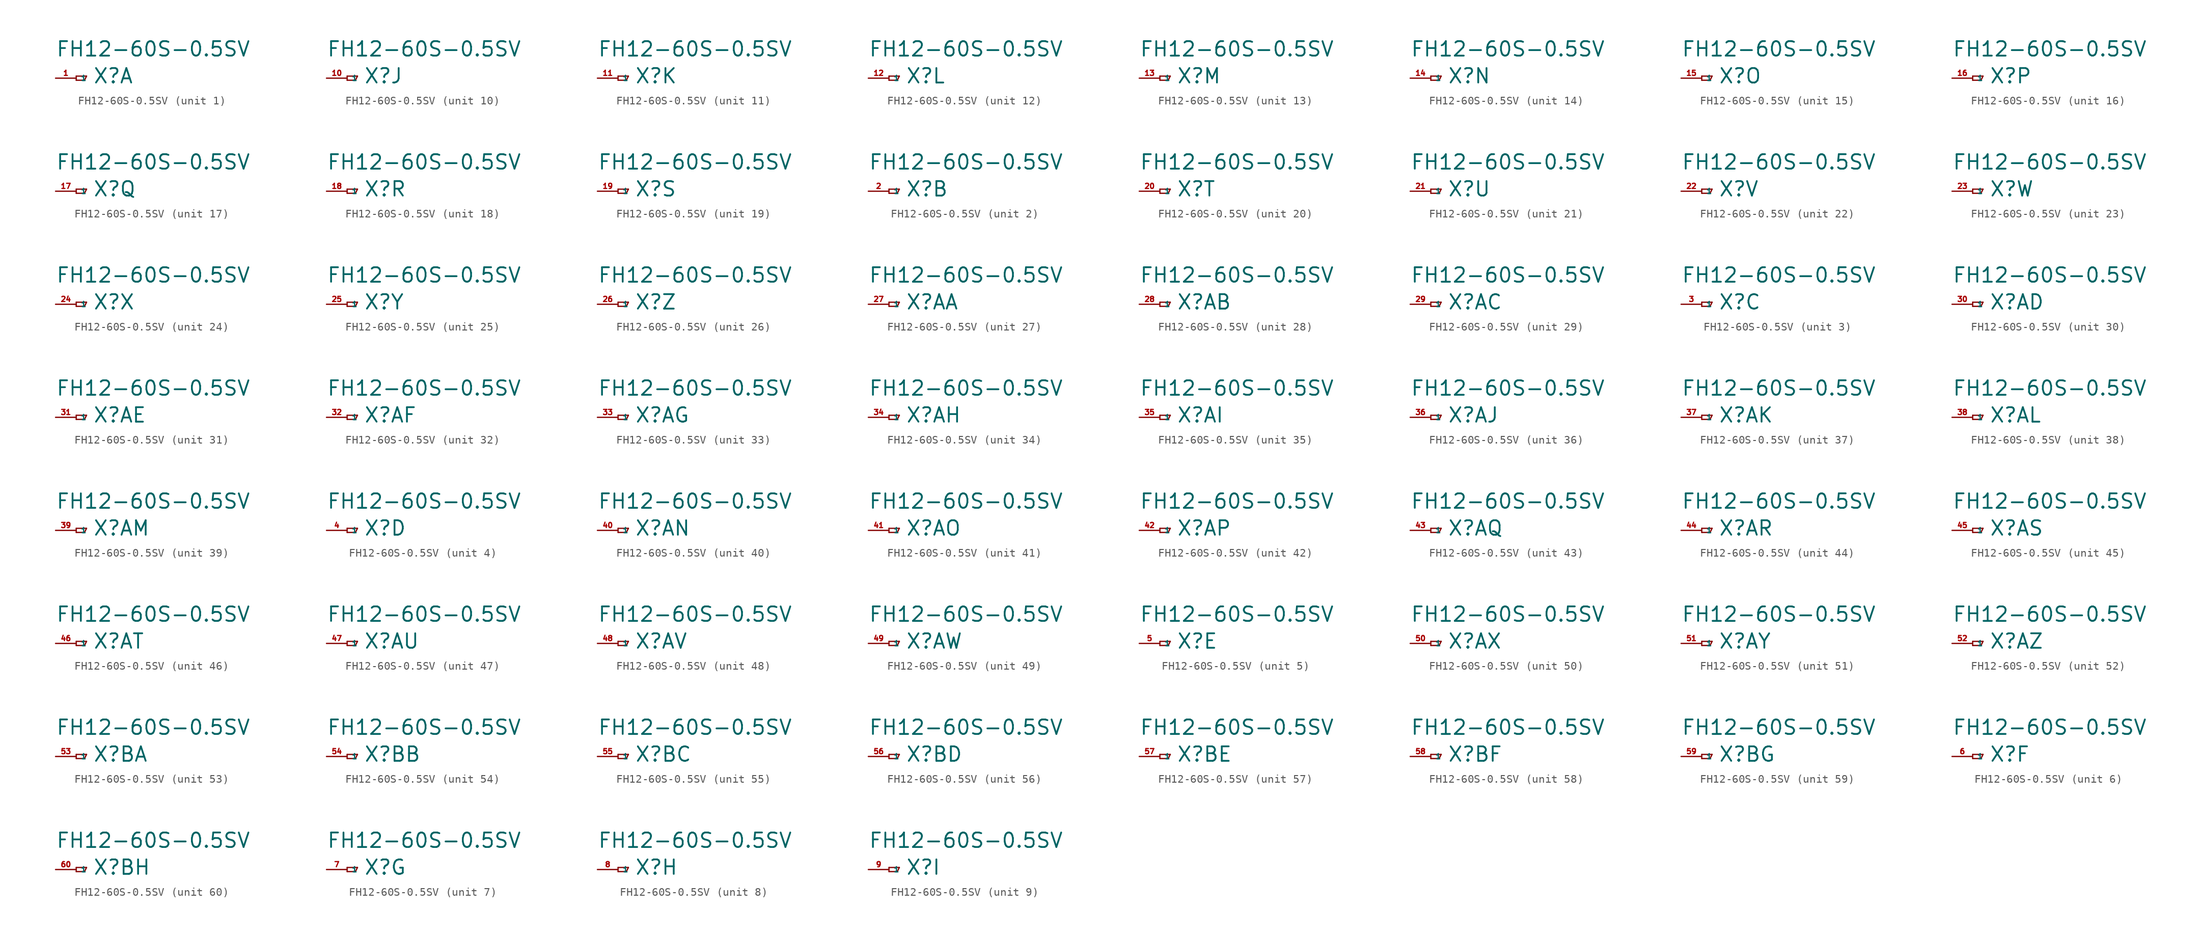
<source format=kicad_sym>
(kicad_symbol_lib
  (version 20220914)
  (generator Eagle2Kicad)
  (symbol "FH12-60S-0.5SV"
    (property "Reference" "X"
      (at 2.032 -0.762 0)
      (effects (font (size 1.778 1.778) (thickness 0.22)) (justify left bottom)))
    (property "Value" "FH12-60S-0.5SV"
      (at -2.54 2.54 0)
      (effects (font (size 1.778 1.778) (thickness 0.22)) (justify left bottom)))
    (symbol "FH12-60S-0.5SV_1_0"
      (polyline (pts (xy 0 0.254) (xy 0 -0.254)) (stroke (width 0.152) (type default)) (fill (type none)))
      (polyline (pts (xy 0 -0.254) (xy 1.016 -0.254)) (stroke (width 0.152) (type default)) (fill (type none)))
      (polyline (pts (xy 1.016 -0.254) (xy 1.27 0.254)) (stroke (width 0.152) (type default)) (fill (type none)))
      (polyline (pts (xy 1.27 0.254) (xy 0 0.254)) (stroke (width 0.152) (type default)) (fill (type none)))
      (pin passive line (at -2.54 0 0) (length 2.54) (name "1" (effects (font (size 0.635 0.635) (thickness 0.08)) (justify left bottom))) (number "1" (effects (font (size 0.635 0.635) (thickness 0.08)) (justify left bottom)))))
    (symbol "FH12-60S-0.5SV_2_0"
      (polyline (pts (xy 0 0.254) (xy 0 -0.254)) (stroke (width 0.152) (type default)) (fill (type none)))
      (polyline (pts (xy 0 -0.254) (xy 1.016 -0.254)) (stroke (width 0.152) (type default)) (fill (type none)))
      (polyline (pts (xy 1.016 -0.254) (xy 1.27 0.254)) (stroke (width 0.152) (type default)) (fill (type none)))
      (polyline (pts (xy 1.27 0.254) (xy 0 0.254)) (stroke (width 0.152) (type default)) (fill (type none)))
      (pin passive line (at -2.54 0 0) (length 2.54) (name "1" (effects (font (size 0.635 0.635) (thickness 0.08)) (justify left bottom))) (number "2" (effects (font (size 0.635 0.635) (thickness 0.08)) (justify left bottom)))))
    (symbol "FH12-60S-0.5SV_3_0"
      (polyline (pts (xy 0 0.254) (xy 0 -0.254)) (stroke (width 0.152) (type default)) (fill (type none)))
      (polyline (pts (xy 0 -0.254) (xy 1.016 -0.254)) (stroke (width 0.152) (type default)) (fill (type none)))
      (polyline (pts (xy 1.016 -0.254) (xy 1.27 0.254)) (stroke (width 0.152) (type default)) (fill (type none)))
      (polyline (pts (xy 1.27 0.254) (xy 0 0.254)) (stroke (width 0.152) (type default)) (fill (type none)))
      (pin passive line (at -2.54 0 0) (length 2.54) (name "1" (effects (font (size 0.635 0.635) (thickness 0.08)) (justify left bottom))) (number "3" (effects (font (size 0.635 0.635) (thickness 0.08)) (justify left bottom)))))
    (symbol "FH12-60S-0.5SV_4_0"
      (polyline (pts (xy 0 0.254) (xy 0 -0.254)) (stroke (width 0.152) (type default)) (fill (type none)))
      (polyline (pts (xy 0 -0.254) (xy 1.016 -0.254)) (stroke (width 0.152) (type default)) (fill (type none)))
      (polyline (pts (xy 1.016 -0.254) (xy 1.27 0.254)) (stroke (width 0.152) (type default)) (fill (type none)))
      (polyline (pts (xy 1.27 0.254) (xy 0 0.254)) (stroke (width 0.152) (type default)) (fill (type none)))
      (pin passive line (at -2.54 0 0) (length 2.54) (name "1" (effects (font (size 0.635 0.635) (thickness 0.08)) (justify left bottom))) (number "4" (effects (font (size 0.635 0.635) (thickness 0.08)) (justify left bottom)))))
    (symbol "FH12-60S-0.5SV_5_0"
      (polyline (pts (xy 0 0.254) (xy 0 -0.254)) (stroke (width 0.152) (type default)) (fill (type none)))
      (polyline (pts (xy 0 -0.254) (xy 1.016 -0.254)) (stroke (width 0.152) (type default)) (fill (type none)))
      (polyline (pts (xy 1.016 -0.254) (xy 1.27 0.254)) (stroke (width 0.152) (type default)) (fill (type none)))
      (polyline (pts (xy 1.27 0.254) (xy 0 0.254)) (stroke (width 0.152) (type default)) (fill (type none)))
      (pin passive line (at -2.54 0 0) (length 2.54) (name "1" (effects (font (size 0.635 0.635) (thickness 0.08)) (justify left bottom))) (number "5" (effects (font (size 0.635 0.635) (thickness 0.08)) (justify left bottom)))))
    (symbol "FH12-60S-0.5SV_6_0"
      (polyline (pts (xy 0 0.254) (xy 0 -0.254)) (stroke (width 0.152) (type default)) (fill (type none)))
      (polyline (pts (xy 0 -0.254) (xy 1.016 -0.254)) (stroke (width 0.152) (type default)) (fill (type none)))
      (polyline (pts (xy 1.016 -0.254) (xy 1.27 0.254)) (stroke (width 0.152) (type default)) (fill (type none)))
      (polyline (pts (xy 1.27 0.254) (xy 0 0.254)) (stroke (width 0.152) (type default)) (fill (type none)))
      (pin passive line (at -2.54 0 0) (length 2.54) (name "1" (effects (font (size 0.635 0.635) (thickness 0.08)) (justify left bottom))) (number "6" (effects (font (size 0.635 0.635) (thickness 0.08)) (justify left bottom)))))
    (symbol "FH12-60S-0.5SV_7_0"
      (polyline (pts (xy 0 0.254) (xy 0 -0.254)) (stroke (width 0.152) (type default)) (fill (type none)))
      (polyline (pts (xy 0 -0.254) (xy 1.016 -0.254)) (stroke (width 0.152) (type default)) (fill (type none)))
      (polyline (pts (xy 1.016 -0.254) (xy 1.27 0.254)) (stroke (width 0.152) (type default)) (fill (type none)))
      (polyline (pts (xy 1.27 0.254) (xy 0 0.254)) (stroke (width 0.152) (type default)) (fill (type none)))
      (pin passive line (at -2.54 0 0) (length 2.54) (name "1" (effects (font (size 0.635 0.635) (thickness 0.08)) (justify left bottom))) (number "7" (effects (font (size 0.635 0.635) (thickness 0.08)) (justify left bottom)))))
    (symbol "FH12-60S-0.5SV_8_0"
      (polyline (pts (xy 0 0.254) (xy 0 -0.254)) (stroke (width 0.152) (type default)) (fill (type none)))
      (polyline (pts (xy 0 -0.254) (xy 1.016 -0.254)) (stroke (width 0.152) (type default)) (fill (type none)))
      (polyline (pts (xy 1.016 -0.254) (xy 1.27 0.254)) (stroke (width 0.152) (type default)) (fill (type none)))
      (polyline (pts (xy 1.27 0.254) (xy 0 0.254)) (stroke (width 0.152) (type default)) (fill (type none)))
      (pin passive line (at -2.54 0 0) (length 2.54) (name "1" (effects (font (size 0.635 0.635) (thickness 0.08)) (justify left bottom))) (number "8" (effects (font (size 0.635 0.635) (thickness 0.08)) (justify left bottom)))))
    (symbol "FH12-60S-0.5SV_9_0"
      (polyline (pts (xy 0 0.254) (xy 0 -0.254)) (stroke (width 0.152) (type default)) (fill (type none)))
      (polyline (pts (xy 0 -0.254) (xy 1.016 -0.254)) (stroke (width 0.152) (type default)) (fill (type none)))
      (polyline (pts (xy 1.016 -0.254) (xy 1.27 0.254)) (stroke (width 0.152) (type default)) (fill (type none)))
      (polyline (pts (xy 1.27 0.254) (xy 0 0.254)) (stroke (width 0.152) (type default)) (fill (type none)))
      (pin passive line (at -2.54 0 0) (length 2.54) (name "1" (effects (font (size 0.635 0.635) (thickness 0.08)) (justify left bottom))) (number "9" (effects (font (size 0.635 0.635) (thickness 0.08)) (justify left bottom)))))
    (symbol "FH12-60S-0.5SV_10_0"
      (polyline (pts (xy 0 0.254) (xy 0 -0.254)) (stroke (width 0.152) (type default)) (fill (type none)))
      (polyline (pts (xy 0 -0.254) (xy 1.016 -0.254)) (stroke (width 0.152) (type default)) (fill (type none)))
      (polyline (pts (xy 1.016 -0.254) (xy 1.27 0.254)) (stroke (width 0.152) (type default)) (fill (type none)))
      (polyline (pts (xy 1.27 0.254) (xy 0 0.254)) (stroke (width 0.152) (type default)) (fill (type none)))
      (pin passive line (at -2.54 0 0) (length 2.54) (name "1" (effects (font (size 0.635 0.635) (thickness 0.08)) (justify left bottom))) (number "10" (effects (font (size 0.635 0.635) (thickness 0.08)) (justify left bottom)))))
    (symbol "FH12-60S-0.5SV_11_0"
      (polyline (pts (xy 0 0.254) (xy 0 -0.254)) (stroke (width 0.152) (type default)) (fill (type none)))
      (polyline (pts (xy 0 -0.254) (xy 1.016 -0.254)) (stroke (width 0.152) (type default)) (fill (type none)))
      (polyline (pts (xy 1.016 -0.254) (xy 1.27 0.254)) (stroke (width 0.152) (type default)) (fill (type none)))
      (polyline (pts (xy 1.27 0.254) (xy 0 0.254)) (stroke (width 0.152) (type default)) (fill (type none)))
      (pin passive line (at -2.54 0 0) (length 2.54) (name "1" (effects (font (size 0.635 0.635) (thickness 0.08)) (justify left bottom))) (number "11" (effects (font (size 0.635 0.635) (thickness 0.08)) (justify left bottom)))))
    (symbol "FH12-60S-0.5SV_12_0"
      (polyline (pts (xy 0 0.254) (xy 0 -0.254)) (stroke (width 0.152) (type default)) (fill (type none)))
      (polyline (pts (xy 0 -0.254) (xy 1.016 -0.254)) (stroke (width 0.152) (type default)) (fill (type none)))
      (polyline (pts (xy 1.016 -0.254) (xy 1.27 0.254)) (stroke (width 0.152) (type default)) (fill (type none)))
      (polyline (pts (xy 1.27 0.254) (xy 0 0.254)) (stroke (width 0.152) (type default)) (fill (type none)))
      (pin passive line (at -2.54 0 0) (length 2.54) (name "1" (effects (font (size 0.635 0.635) (thickness 0.08)) (justify left bottom))) (number "12" (effects (font (size 0.635 0.635) (thickness 0.08)) (justify left bottom)))))
    (symbol "FH12-60S-0.5SV_13_0"
      (polyline (pts (xy 0 0.254) (xy 0 -0.254)) (stroke (width 0.152) (type default)) (fill (type none)))
      (polyline (pts (xy 0 -0.254) (xy 1.016 -0.254)) (stroke (width 0.152) (type default)) (fill (type none)))
      (polyline (pts (xy 1.016 -0.254) (xy 1.27 0.254)) (stroke (width 0.152) (type default)) (fill (type none)))
      (polyline (pts (xy 1.27 0.254) (xy 0 0.254)) (stroke (width 0.152) (type default)) (fill (type none)))
      (pin passive line (at -2.54 0 0) (length 2.54) (name "1" (effects (font (size 0.635 0.635) (thickness 0.08)) (justify left bottom))) (number "13" (effects (font (size 0.635 0.635) (thickness 0.08)) (justify left bottom)))))
    (symbol "FH12-60S-0.5SV_14_0"
      (polyline (pts (xy 0 0.254) (xy 0 -0.254)) (stroke (width 0.152) (type default)) (fill (type none)))
      (polyline (pts (xy 0 -0.254) (xy 1.016 -0.254)) (stroke (width 0.152) (type default)) (fill (type none)))
      (polyline (pts (xy 1.016 -0.254) (xy 1.27 0.254)) (stroke (width 0.152) (type default)) (fill (type none)))
      (polyline (pts (xy 1.27 0.254) (xy 0 0.254)) (stroke (width 0.152) (type default)) (fill (type none)))
      (pin passive line (at -2.54 0 0) (length 2.54) (name "1" (effects (font (size 0.635 0.635) (thickness 0.08)) (justify left bottom))) (number "14" (effects (font (size 0.635 0.635) (thickness 0.08)) (justify left bottom)))))
    (symbol "FH12-60S-0.5SV_15_0"
      (polyline (pts (xy 0 0.254) (xy 0 -0.254)) (stroke (width 0.152) (type default)) (fill (type none)))
      (polyline (pts (xy 0 -0.254) (xy 1.016 -0.254)) (stroke (width 0.152) (type default)) (fill (type none)))
      (polyline (pts (xy 1.016 -0.254) (xy 1.27 0.254)) (stroke (width 0.152) (type default)) (fill (type none)))
      (polyline (pts (xy 1.27 0.254) (xy 0 0.254)) (stroke (width 0.152) (type default)) (fill (type none)))
      (pin passive line (at -2.54 0 0) (length 2.54) (name "1" (effects (font (size 0.635 0.635) (thickness 0.08)) (justify left bottom))) (number "15" (effects (font (size 0.635 0.635) (thickness 0.08)) (justify left bottom)))))
    (symbol "FH12-60S-0.5SV_16_0"
      (polyline (pts (xy 0 0.254) (xy 0 -0.254)) (stroke (width 0.152) (type default)) (fill (type none)))
      (polyline (pts (xy 0 -0.254) (xy 1.016 -0.254)) (stroke (width 0.152) (type default)) (fill (type none)))
      (polyline (pts (xy 1.016 -0.254) (xy 1.27 0.254)) (stroke (width 0.152) (type default)) (fill (type none)))
      (polyline (pts (xy 1.27 0.254) (xy 0 0.254)) (stroke (width 0.152) (type default)) (fill (type none)))
      (pin passive line (at -2.54 0 0) (length 2.54) (name "1" (effects (font (size 0.635 0.635) (thickness 0.08)) (justify left bottom))) (number "16" (effects (font (size 0.635 0.635) (thickness 0.08)) (justify left bottom)))))
    (symbol "FH12-60S-0.5SV_17_0"
      (polyline (pts (xy 0 0.254) (xy 0 -0.254)) (stroke (width 0.152) (type default)) (fill (type none)))
      (polyline (pts (xy 0 -0.254) (xy 1.016 -0.254)) (stroke (width 0.152) (type default)) (fill (type none)))
      (polyline (pts (xy 1.016 -0.254) (xy 1.27 0.254)) (stroke (width 0.152) (type default)) (fill (type none)))
      (polyline (pts (xy 1.27 0.254) (xy 0 0.254)) (stroke (width 0.152) (type default)) (fill (type none)))
      (pin passive line (at -2.54 0 0) (length 2.54) (name "1" (effects (font (size 0.635 0.635) (thickness 0.08)) (justify left bottom))) (number "17" (effects (font (size 0.635 0.635) (thickness 0.08)) (justify left bottom)))))
    (symbol "FH12-60S-0.5SV_18_0"
      (polyline (pts (xy 0 0.254) (xy 0 -0.254)) (stroke (width 0.152) (type default)) (fill (type none)))
      (polyline (pts (xy 0 -0.254) (xy 1.016 -0.254)) (stroke (width 0.152) (type default)) (fill (type none)))
      (polyline (pts (xy 1.016 -0.254) (xy 1.27 0.254)) (stroke (width 0.152) (type default)) (fill (type none)))
      (polyline (pts (xy 1.27 0.254) (xy 0 0.254)) (stroke (width 0.152) (type default)) (fill (type none)))
      (pin passive line (at -2.54 0 0) (length 2.54) (name "1" (effects (font (size 0.635 0.635) (thickness 0.08)) (justify left bottom))) (number "18" (effects (font (size 0.635 0.635) (thickness 0.08)) (justify left bottom)))))
    (symbol "FH12-60S-0.5SV_19_0"
      (polyline (pts (xy 0 0.254) (xy 0 -0.254)) (stroke (width 0.152) (type default)) (fill (type none)))
      (polyline (pts (xy 0 -0.254) (xy 1.016 -0.254)) (stroke (width 0.152) (type default)) (fill (type none)))
      (polyline (pts (xy 1.016 -0.254) (xy 1.27 0.254)) (stroke (width 0.152) (type default)) (fill (type none)))
      (polyline (pts (xy 1.27 0.254) (xy 0 0.254)) (stroke (width 0.152) (type default)) (fill (type none)))
      (pin passive line (at -2.54 0 0) (length 2.54) (name "1" (effects (font (size 0.635 0.635) (thickness 0.08)) (justify left bottom))) (number "19" (effects (font (size 0.635 0.635) (thickness 0.08)) (justify left bottom)))))
    (symbol "FH12-60S-0.5SV_20_0"
      (polyline (pts (xy 0 0.254) (xy 0 -0.254)) (stroke (width 0.152) (type default)) (fill (type none)))
      (polyline (pts (xy 0 -0.254) (xy 1.016 -0.254)) (stroke (width 0.152) (type default)) (fill (type none)))
      (polyline (pts (xy 1.016 -0.254) (xy 1.27 0.254)) (stroke (width 0.152) (type default)) (fill (type none)))
      (polyline (pts (xy 1.27 0.254) (xy 0 0.254)) (stroke (width 0.152) (type default)) (fill (type none)))
      (pin passive line (at -2.54 0 0) (length 2.54) (name "1" (effects (font (size 0.635 0.635) (thickness 0.08)) (justify left bottom))) (number "20" (effects (font (size 0.635 0.635) (thickness 0.08)) (justify left bottom)))))
    (symbol "FH12-60S-0.5SV_21_0"
      (polyline (pts (xy 0 0.254) (xy 0 -0.254)) (stroke (width 0.152) (type default)) (fill (type none)))
      (polyline (pts (xy 0 -0.254) (xy 1.016 -0.254)) (stroke (width 0.152) (type default)) (fill (type none)))
      (polyline (pts (xy 1.016 -0.254) (xy 1.27 0.254)) (stroke (width 0.152) (type default)) (fill (type none)))
      (polyline (pts (xy 1.27 0.254) (xy 0 0.254)) (stroke (width 0.152) (type default)) (fill (type none)))
      (pin passive line (at -2.54 0 0) (length 2.54) (name "1" (effects (font (size 0.635 0.635) (thickness 0.08)) (justify left bottom))) (number "21" (effects (font (size 0.635 0.635) (thickness 0.08)) (justify left bottom)))))
    (symbol "FH12-60S-0.5SV_22_0"
      (polyline (pts (xy 0 0.254) (xy 0 -0.254)) (stroke (width 0.152) (type default)) (fill (type none)))
      (polyline (pts (xy 0 -0.254) (xy 1.016 -0.254)) (stroke (width 0.152) (type default)) (fill (type none)))
      (polyline (pts (xy 1.016 -0.254) (xy 1.27 0.254)) (stroke (width 0.152) (type default)) (fill (type none)))
      (polyline (pts (xy 1.27 0.254) (xy 0 0.254)) (stroke (width 0.152) (type default)) (fill (type none)))
      (pin passive line (at -2.54 0 0) (length 2.54) (name "1" (effects (font (size 0.635 0.635) (thickness 0.08)) (justify left bottom))) (number "22" (effects (font (size 0.635 0.635) (thickness 0.08)) (justify left bottom)))))
    (symbol "FH12-60S-0.5SV_23_0"
      (polyline (pts (xy 0 0.254) (xy 0 -0.254)) (stroke (width 0.152) (type default)) (fill (type none)))
      (polyline (pts (xy 0 -0.254) (xy 1.016 -0.254)) (stroke (width 0.152) (type default)) (fill (type none)))
      (polyline (pts (xy 1.016 -0.254) (xy 1.27 0.254)) (stroke (width 0.152) (type default)) (fill (type none)))
      (polyline (pts (xy 1.27 0.254) (xy 0 0.254)) (stroke (width 0.152) (type default)) (fill (type none)))
      (pin passive line (at -2.54 0 0) (length 2.54) (name "1" (effects (font (size 0.635 0.635) (thickness 0.08)) (justify left bottom))) (number "23" (effects (font (size 0.635 0.635) (thickness 0.08)) (justify left bottom)))))
    (symbol "FH12-60S-0.5SV_24_0"
      (polyline (pts (xy 0 0.254) (xy 0 -0.254)) (stroke (width 0.152) (type default)) (fill (type none)))
      (polyline (pts (xy 0 -0.254) (xy 1.016 -0.254)) (stroke (width 0.152) (type default)) (fill (type none)))
      (polyline (pts (xy 1.016 -0.254) (xy 1.27 0.254)) (stroke (width 0.152) (type default)) (fill (type none)))
      (polyline (pts (xy 1.27 0.254) (xy 0 0.254)) (stroke (width 0.152) (type default)) (fill (type none)))
      (pin passive line (at -2.54 0 0) (length 2.54) (name "1" (effects (font (size 0.635 0.635) (thickness 0.08)) (justify left bottom))) (number "24" (effects (font (size 0.635 0.635) (thickness 0.08)) (justify left bottom)))))
    (symbol "FH12-60S-0.5SV_25_0"
      (polyline (pts (xy 0 0.254) (xy 0 -0.254)) (stroke (width 0.152) (type default)) (fill (type none)))
      (polyline (pts (xy 0 -0.254) (xy 1.016 -0.254)) (stroke (width 0.152) (type default)) (fill (type none)))
      (polyline (pts (xy 1.016 -0.254) (xy 1.27 0.254)) (stroke (width 0.152) (type default)) (fill (type none)))
      (polyline (pts (xy 1.27 0.254) (xy 0 0.254)) (stroke (width 0.152) (type default)) (fill (type none)))
      (pin passive line (at -2.54 0 0) (length 2.54) (name "1" (effects (font (size 0.635 0.635) (thickness 0.08)) (justify left bottom))) (number "25" (effects (font (size 0.635 0.635) (thickness 0.08)) (justify left bottom)))))
    (symbol "FH12-60S-0.5SV_26_0"
      (polyline (pts (xy 0 0.254) (xy 0 -0.254)) (stroke (width 0.152) (type default)) (fill (type none)))
      (polyline (pts (xy 0 -0.254) (xy 1.016 -0.254)) (stroke (width 0.152) (type default)) (fill (type none)))
      (polyline (pts (xy 1.016 -0.254) (xy 1.27 0.254)) (stroke (width 0.152) (type default)) (fill (type none)))
      (polyline (pts (xy 1.27 0.254) (xy 0 0.254)) (stroke (width 0.152) (type default)) (fill (type none)))
      (pin passive line (at -2.54 0 0) (length 2.54) (name "1" (effects (font (size 0.635 0.635) (thickness 0.08)) (justify left bottom))) (number "26" (effects (font (size 0.635 0.635) (thickness 0.08)) (justify left bottom)))))
    (symbol "FH12-60S-0.5SV_27_0"
      (polyline (pts (xy 0 0.254) (xy 0 -0.254)) (stroke (width 0.152) (type default)) (fill (type none)))
      (polyline (pts (xy 0 -0.254) (xy 1.016 -0.254)) (stroke (width 0.152) (type default)) (fill (type none)))
      (polyline (pts (xy 1.016 -0.254) (xy 1.27 0.254)) (stroke (width 0.152) (type default)) (fill (type none)))
      (polyline (pts (xy 1.27 0.254) (xy 0 0.254)) (stroke (width 0.152) (type default)) (fill (type none)))
      (pin passive line (at -2.54 0 0) (length 2.54) (name "1" (effects (font (size 0.635 0.635) (thickness 0.08)) (justify left bottom))) (number "27" (effects (font (size 0.635 0.635) (thickness 0.08)) (justify left bottom)))))
    (symbol "FH12-60S-0.5SV_28_0"
      (polyline (pts (xy 0 0.254) (xy 0 -0.254)) (stroke (width 0.152) (type default)) (fill (type none)))
      (polyline (pts (xy 0 -0.254) (xy 1.016 -0.254)) (stroke (width 0.152) (type default)) (fill (type none)))
      (polyline (pts (xy 1.016 -0.254) (xy 1.27 0.254)) (stroke (width 0.152) (type default)) (fill (type none)))
      (polyline (pts (xy 1.27 0.254) (xy 0 0.254)) (stroke (width 0.152) (type default)) (fill (type none)))
      (pin passive line (at -2.54 0 0) (length 2.54) (name "1" (effects (font (size 0.635 0.635) (thickness 0.08)) (justify left bottom))) (number "28" (effects (font (size 0.635 0.635) (thickness 0.08)) (justify left bottom)))))
    (symbol "FH12-60S-0.5SV_29_0"
      (polyline (pts (xy 0 0.254) (xy 0 -0.254)) (stroke (width 0.152) (type default)) (fill (type none)))
      (polyline (pts (xy 0 -0.254) (xy 1.016 -0.254)) (stroke (width 0.152) (type default)) (fill (type none)))
      (polyline (pts (xy 1.016 -0.254) (xy 1.27 0.254)) (stroke (width 0.152) (type default)) (fill (type none)))
      (polyline (pts (xy 1.27 0.254) (xy 0 0.254)) (stroke (width 0.152) (type default)) (fill (type none)))
      (pin passive line (at -2.54 0 0) (length 2.54) (name "1" (effects (font (size 0.635 0.635) (thickness 0.08)) (justify left bottom))) (number "29" (effects (font (size 0.635 0.635) (thickness 0.08)) (justify left bottom)))))
    (symbol "FH12-60S-0.5SV_30_0"
      (polyline (pts (xy 0 0.254) (xy 0 -0.254)) (stroke (width 0.152) (type default)) (fill (type none)))
      (polyline (pts (xy 0 -0.254) (xy 1.016 -0.254)) (stroke (width 0.152) (type default)) (fill (type none)))
      (polyline (pts (xy 1.016 -0.254) (xy 1.27 0.254)) (stroke (width 0.152) (type default)) (fill (type none)))
      (polyline (pts (xy 1.27 0.254) (xy 0 0.254)) (stroke (width 0.152) (type default)) (fill (type none)))
      (pin passive line (at -2.54 0 0) (length 2.54) (name "1" (effects (font (size 0.635 0.635) (thickness 0.08)) (justify left bottom))) (number "30" (effects (font (size 0.635 0.635) (thickness 0.08)) (justify left bottom)))))
    (symbol "FH12-60S-0.5SV_31_0"
      (polyline (pts (xy 0 0.254) (xy 0 -0.254)) (stroke (width 0.152) (type default)) (fill (type none)))
      (polyline (pts (xy 0 -0.254) (xy 1.016 -0.254)) (stroke (width 0.152) (type default)) (fill (type none)))
      (polyline (pts (xy 1.016 -0.254) (xy 1.27 0.254)) (stroke (width 0.152) (type default)) (fill (type none)))
      (polyline (pts (xy 1.27 0.254) (xy 0 0.254)) (stroke (width 0.152) (type default)) (fill (type none)))
      (pin passive line (at -2.54 0 0) (length 2.54) (name "1" (effects (font (size 0.635 0.635) (thickness 0.08)) (justify left bottom))) (number "31" (effects (font (size 0.635 0.635) (thickness 0.08)) (justify left bottom)))))
    (symbol "FH12-60S-0.5SV_32_0"
      (polyline (pts (xy 0 0.254) (xy 0 -0.254)) (stroke (width 0.152) (type default)) (fill (type none)))
      (polyline (pts (xy 0 -0.254) (xy 1.016 -0.254)) (stroke (width 0.152) (type default)) (fill (type none)))
      (polyline (pts (xy 1.016 -0.254) (xy 1.27 0.254)) (stroke (width 0.152) (type default)) (fill (type none)))
      (polyline (pts (xy 1.27 0.254) (xy 0 0.254)) (stroke (width 0.152) (type default)) (fill (type none)))
      (pin passive line (at -2.54 0 0) (length 2.54) (name "1" (effects (font (size 0.635 0.635) (thickness 0.08)) (justify left bottom))) (number "32" (effects (font (size 0.635 0.635) (thickness 0.08)) (justify left bottom)))))
    (symbol "FH12-60S-0.5SV_33_0"
      (polyline (pts (xy 0 0.254) (xy 0 -0.254)) (stroke (width 0.152) (type default)) (fill (type none)))
      (polyline (pts (xy 0 -0.254) (xy 1.016 -0.254)) (stroke (width 0.152) (type default)) (fill (type none)))
      (polyline (pts (xy 1.016 -0.254) (xy 1.27 0.254)) (stroke (width 0.152) (type default)) (fill (type none)))
      (polyline (pts (xy 1.27 0.254) (xy 0 0.254)) (stroke (width 0.152) (type default)) (fill (type none)))
      (pin passive line (at -2.54 0 0) (length 2.54) (name "1" (effects (font (size 0.635 0.635) (thickness 0.08)) (justify left bottom))) (number "33" (effects (font (size 0.635 0.635) (thickness 0.08)) (justify left bottom)))))
    (symbol "FH12-60S-0.5SV_34_0"
      (polyline (pts (xy 0 0.254) (xy 0 -0.254)) (stroke (width 0.152) (type default)) (fill (type none)))
      (polyline (pts (xy 0 -0.254) (xy 1.016 -0.254)) (stroke (width 0.152) (type default)) (fill (type none)))
      (polyline (pts (xy 1.016 -0.254) (xy 1.27 0.254)) (stroke (width 0.152) (type default)) (fill (type none)))
      (polyline (pts (xy 1.27 0.254) (xy 0 0.254)) (stroke (width 0.152) (type default)) (fill (type none)))
      (pin passive line (at -2.54 0 0) (length 2.54) (name "1" (effects (font (size 0.635 0.635) (thickness 0.08)) (justify left bottom))) (number "34" (effects (font (size 0.635 0.635) (thickness 0.08)) (justify left bottom)))))
    (symbol "FH12-60S-0.5SV_35_0"
      (polyline (pts (xy 0 0.254) (xy 0 -0.254)) (stroke (width 0.152) (type default)) (fill (type none)))
      (polyline (pts (xy 0 -0.254) (xy 1.016 -0.254)) (stroke (width 0.152) (type default)) (fill (type none)))
      (polyline (pts (xy 1.016 -0.254) (xy 1.27 0.254)) (stroke (width 0.152) (type default)) (fill (type none)))
      (polyline (pts (xy 1.27 0.254) (xy 0 0.254)) (stroke (width 0.152) (type default)) (fill (type none)))
      (pin passive line (at -2.54 0 0) (length 2.54) (name "1" (effects (font (size 0.635 0.635) (thickness 0.08)) (justify left bottom))) (number "35" (effects (font (size 0.635 0.635) (thickness 0.08)) (justify left bottom)))))
    (symbol "FH12-60S-0.5SV_36_0"
      (polyline (pts (xy 0 0.254) (xy 0 -0.254)) (stroke (width 0.152) (type default)) (fill (type none)))
      (polyline (pts (xy 0 -0.254) (xy 1.016 -0.254)) (stroke (width 0.152) (type default)) (fill (type none)))
      (polyline (pts (xy 1.016 -0.254) (xy 1.27 0.254)) (stroke (width 0.152) (type default)) (fill (type none)))
      (polyline (pts (xy 1.27 0.254) (xy 0 0.254)) (stroke (width 0.152) (type default)) (fill (type none)))
      (pin passive line (at -2.54 0 0) (length 2.54) (name "1" (effects (font (size 0.635 0.635) (thickness 0.08)) (justify left bottom))) (number "36" (effects (font (size 0.635 0.635) (thickness 0.08)) (justify left bottom)))))
    (symbol "FH12-60S-0.5SV_37_0"
      (polyline (pts (xy 0 0.254) (xy 0 -0.254)) (stroke (width 0.152) (type default)) (fill (type none)))
      (polyline (pts (xy 0 -0.254) (xy 1.016 -0.254)) (stroke (width 0.152) (type default)) (fill (type none)))
      (polyline (pts (xy 1.016 -0.254) (xy 1.27 0.254)) (stroke (width 0.152) (type default)) (fill (type none)))
      (polyline (pts (xy 1.27 0.254) (xy 0 0.254)) (stroke (width 0.152) (type default)) (fill (type none)))
      (pin passive line (at -2.54 0 0) (length 2.54) (name "1" (effects (font (size 0.635 0.635) (thickness 0.08)) (justify left bottom))) (number "37" (effects (font (size 0.635 0.635) (thickness 0.08)) (justify left bottom)))))
    (symbol "FH12-60S-0.5SV_38_0"
      (polyline (pts (xy 0 0.254) (xy 0 -0.254)) (stroke (width 0.152) (type default)) (fill (type none)))
      (polyline (pts (xy 0 -0.254) (xy 1.016 -0.254)) (stroke (width 0.152) (type default)) (fill (type none)))
      (polyline (pts (xy 1.016 -0.254) (xy 1.27 0.254)) (stroke (width 0.152) (type default)) (fill (type none)))
      (polyline (pts (xy 1.27 0.254) (xy 0 0.254)) (stroke (width 0.152) (type default)) (fill (type none)))
      (pin passive line (at -2.54 0 0) (length 2.54) (name "1" (effects (font (size 0.635 0.635) (thickness 0.08)) (justify left bottom))) (number "38" (effects (font (size 0.635 0.635) (thickness 0.08)) (justify left bottom)))))
    (symbol "FH12-60S-0.5SV_39_0"
      (polyline (pts (xy 0 0.254) (xy 0 -0.254)) (stroke (width 0.152) (type default)) (fill (type none)))
      (polyline (pts (xy 0 -0.254) (xy 1.016 -0.254)) (stroke (width 0.152) (type default)) (fill (type none)))
      (polyline (pts (xy 1.016 -0.254) (xy 1.27 0.254)) (stroke (width 0.152) (type default)) (fill (type none)))
      (polyline (pts (xy 1.27 0.254) (xy 0 0.254)) (stroke (width 0.152) (type default)) (fill (type none)))
      (pin passive line (at -2.54 0 0) (length 2.54) (name "1" (effects (font (size 0.635 0.635) (thickness 0.08)) (justify left bottom))) (number "39" (effects (font (size 0.635 0.635) (thickness 0.08)) (justify left bottom)))))
    (symbol "FH12-60S-0.5SV_40_0"
      (polyline (pts (xy 0 0.254) (xy 0 -0.254)) (stroke (width 0.152) (type default)) (fill (type none)))
      (polyline (pts (xy 0 -0.254) (xy 1.016 -0.254)) (stroke (width 0.152) (type default)) (fill (type none)))
      (polyline (pts (xy 1.016 -0.254) (xy 1.27 0.254)) (stroke (width 0.152) (type default)) (fill (type none)))
      (polyline (pts (xy 1.27 0.254) (xy 0 0.254)) (stroke (width 0.152) (type default)) (fill (type none)))
      (pin passive line (at -2.54 0 0) (length 2.54) (name "1" (effects (font (size 0.635 0.635) (thickness 0.08)) (justify left bottom))) (number "40" (effects (font (size 0.635 0.635) (thickness 0.08)) (justify left bottom)))))
    (symbol "FH12-60S-0.5SV_41_0"
      (polyline (pts (xy 0 0.254) (xy 0 -0.254)) (stroke (width 0.152) (type default)) (fill (type none)))
      (polyline (pts (xy 0 -0.254) (xy 1.016 -0.254)) (stroke (width 0.152) (type default)) (fill (type none)))
      (polyline (pts (xy 1.016 -0.254) (xy 1.27 0.254)) (stroke (width 0.152) (type default)) (fill (type none)))
      (polyline (pts (xy 1.27 0.254) (xy 0 0.254)) (stroke (width 0.152) (type default)) (fill (type none)))
      (pin passive line (at -2.54 0 0) (length 2.54) (name "1" (effects (font (size 0.635 0.635) (thickness 0.08)) (justify left bottom))) (number "41" (effects (font (size 0.635 0.635) (thickness 0.08)) (justify left bottom)))))
    (symbol "FH12-60S-0.5SV_42_0"
      (polyline (pts (xy 0 0.254) (xy 0 -0.254)) (stroke (width 0.152) (type default)) (fill (type none)))
      (polyline (pts (xy 0 -0.254) (xy 1.016 -0.254)) (stroke (width 0.152) (type default)) (fill (type none)))
      (polyline (pts (xy 1.016 -0.254) (xy 1.27 0.254)) (stroke (width 0.152) (type default)) (fill (type none)))
      (polyline (pts (xy 1.27 0.254) (xy 0 0.254)) (stroke (width 0.152) (type default)) (fill (type none)))
      (pin passive line (at -2.54 0 0) (length 2.54) (name "1" (effects (font (size 0.635 0.635) (thickness 0.08)) (justify left bottom))) (number "42" (effects (font (size 0.635 0.635) (thickness 0.08)) (justify left bottom)))))
    (symbol "FH12-60S-0.5SV_43_0"
      (polyline (pts (xy 0 0.254) (xy 0 -0.254)) (stroke (width 0.152) (type default)) (fill (type none)))
      (polyline (pts (xy 0 -0.254) (xy 1.016 -0.254)) (stroke (width 0.152) (type default)) (fill (type none)))
      (polyline (pts (xy 1.016 -0.254) (xy 1.27 0.254)) (stroke (width 0.152) (type default)) (fill (type none)))
      (polyline (pts (xy 1.27 0.254) (xy 0 0.254)) (stroke (width 0.152) (type default)) (fill (type none)))
      (pin passive line (at -2.54 0 0) (length 2.54) (name "1" (effects (font (size 0.635 0.635) (thickness 0.08)) (justify left bottom))) (number "43" (effects (font (size 0.635 0.635) (thickness 0.08)) (justify left bottom)))))
    (symbol "FH12-60S-0.5SV_44_0"
      (polyline (pts (xy 0 0.254) (xy 0 -0.254)) (stroke (width 0.152) (type default)) (fill (type none)))
      (polyline (pts (xy 0 -0.254) (xy 1.016 -0.254)) (stroke (width 0.152) (type default)) (fill (type none)))
      (polyline (pts (xy 1.016 -0.254) (xy 1.27 0.254)) (stroke (width 0.152) (type default)) (fill (type none)))
      (polyline (pts (xy 1.27 0.254) (xy 0 0.254)) (stroke (width 0.152) (type default)) (fill (type none)))
      (pin passive line (at -2.54 0 0) (length 2.54) (name "1" (effects (font (size 0.635 0.635) (thickness 0.08)) (justify left bottom))) (number "44" (effects (font (size 0.635 0.635) (thickness 0.08)) (justify left bottom)))))
    (symbol "FH12-60S-0.5SV_45_0"
      (polyline (pts (xy 0 0.254) (xy 0 -0.254)) (stroke (width 0.152) (type default)) (fill (type none)))
      (polyline (pts (xy 0 -0.254) (xy 1.016 -0.254)) (stroke (width 0.152) (type default)) (fill (type none)))
      (polyline (pts (xy 1.016 -0.254) (xy 1.27 0.254)) (stroke (width 0.152) (type default)) (fill (type none)))
      (polyline (pts (xy 1.27 0.254) (xy 0 0.254)) (stroke (width 0.152) (type default)) (fill (type none)))
      (pin passive line (at -2.54 0 0) (length 2.54) (name "1" (effects (font (size 0.635 0.635) (thickness 0.08)) (justify left bottom))) (number "45" (effects (font (size 0.635 0.635) (thickness 0.08)) (justify left bottom)))))
    (symbol "FH12-60S-0.5SV_46_0"
      (polyline (pts (xy 0 0.254) (xy 0 -0.254)) (stroke (width 0.152) (type default)) (fill (type none)))
      (polyline (pts (xy 0 -0.254) (xy 1.016 -0.254)) (stroke (width 0.152) (type default)) (fill (type none)))
      (polyline (pts (xy 1.016 -0.254) (xy 1.27 0.254)) (stroke (width 0.152) (type default)) (fill (type none)))
      (polyline (pts (xy 1.27 0.254) (xy 0 0.254)) (stroke (width 0.152) (type default)) (fill (type none)))
      (pin passive line (at -2.54 0 0) (length 2.54) (name "1" (effects (font (size 0.635 0.635) (thickness 0.08)) (justify left bottom))) (number "46" (effects (font (size 0.635 0.635) (thickness 0.08)) (justify left bottom)))))
    (symbol "FH12-60S-0.5SV_47_0"
      (polyline (pts (xy 0 0.254) (xy 0 -0.254)) (stroke (width 0.152) (type default)) (fill (type none)))
      (polyline (pts (xy 0 -0.254) (xy 1.016 -0.254)) (stroke (width 0.152) (type default)) (fill (type none)))
      (polyline (pts (xy 1.016 -0.254) (xy 1.27 0.254)) (stroke (width 0.152) (type default)) (fill (type none)))
      (polyline (pts (xy 1.27 0.254) (xy 0 0.254)) (stroke (width 0.152) (type default)) (fill (type none)))
      (pin passive line (at -2.54 0 0) (length 2.54) (name "1" (effects (font (size 0.635 0.635) (thickness 0.08)) (justify left bottom))) (number "47" (effects (font (size 0.635 0.635) (thickness 0.08)) (justify left bottom)))))
    (symbol "FH12-60S-0.5SV_48_0"
      (polyline (pts (xy 0 0.254) (xy 0 -0.254)) (stroke (width 0.152) (type default)) (fill (type none)))
      (polyline (pts (xy 0 -0.254) (xy 1.016 -0.254)) (stroke (width 0.152) (type default)) (fill (type none)))
      (polyline (pts (xy 1.016 -0.254) (xy 1.27 0.254)) (stroke (width 0.152) (type default)) (fill (type none)))
      (polyline (pts (xy 1.27 0.254) (xy 0 0.254)) (stroke (width 0.152) (type default)) (fill (type none)))
      (pin passive line (at -2.54 0 0) (length 2.54) (name "1" (effects (font (size 0.635 0.635) (thickness 0.08)) (justify left bottom))) (number "48" (effects (font (size 0.635 0.635) (thickness 0.08)) (justify left bottom)))))
    (symbol "FH12-60S-0.5SV_49_0"
      (polyline (pts (xy 0 0.254) (xy 0 -0.254)) (stroke (width 0.152) (type default)) (fill (type none)))
      (polyline (pts (xy 0 -0.254) (xy 1.016 -0.254)) (stroke (width 0.152) (type default)) (fill (type none)))
      (polyline (pts (xy 1.016 -0.254) (xy 1.27 0.254)) (stroke (width 0.152) (type default)) (fill (type none)))
      (polyline (pts (xy 1.27 0.254) (xy 0 0.254)) (stroke (width 0.152) (type default)) (fill (type none)))
      (pin passive line (at -2.54 0 0) (length 2.54) (name "1" (effects (font (size 0.635 0.635) (thickness 0.08)) (justify left bottom))) (number "49" (effects (font (size 0.635 0.635) (thickness 0.08)) (justify left bottom)))))
    (symbol "FH12-60S-0.5SV_50_0"
      (polyline (pts (xy 0 0.254) (xy 0 -0.254)) (stroke (width 0.152) (type default)) (fill (type none)))
      (polyline (pts (xy 0 -0.254) (xy 1.016 -0.254)) (stroke (width 0.152) (type default)) (fill (type none)))
      (polyline (pts (xy 1.016 -0.254) (xy 1.27 0.254)) (stroke (width 0.152) (type default)) (fill (type none)))
      (polyline (pts (xy 1.27 0.254) (xy 0 0.254)) (stroke (width 0.152) (type default)) (fill (type none)))
      (pin passive line (at -2.54 0 0) (length 2.54) (name "1" (effects (font (size 0.635 0.635) (thickness 0.08)) (justify left bottom))) (number "50" (effects (font (size 0.635 0.635) (thickness 0.08)) (justify left bottom)))))
    (symbol "FH12-60S-0.5SV_51_0"
      (polyline (pts (xy 0 0.254) (xy 0 -0.254)) (stroke (width 0.152) (type default)) (fill (type none)))
      (polyline (pts (xy 0 -0.254) (xy 1.016 -0.254)) (stroke (width 0.152) (type default)) (fill (type none)))
      (polyline (pts (xy 1.016 -0.254) (xy 1.27 0.254)) (stroke (width 0.152) (type default)) (fill (type none)))
      (polyline (pts (xy 1.27 0.254) (xy 0 0.254)) (stroke (width 0.152) (type default)) (fill (type none)))
      (pin passive line (at -2.54 0 0) (length 2.54) (name "1" (effects (font (size 0.635 0.635) (thickness 0.08)) (justify left bottom))) (number "51" (effects (font (size 0.635 0.635) (thickness 0.08)) (justify left bottom)))))
    (symbol "FH12-60S-0.5SV_52_0"
      (polyline (pts (xy 0 0.254) (xy 0 -0.254)) (stroke (width 0.152) (type default)) (fill (type none)))
      (polyline (pts (xy 0 -0.254) (xy 1.016 -0.254)) (stroke (width 0.152) (type default)) (fill (type none)))
      (polyline (pts (xy 1.016 -0.254) (xy 1.27 0.254)) (stroke (width 0.152) (type default)) (fill (type none)))
      (polyline (pts (xy 1.27 0.254) (xy 0 0.254)) (stroke (width 0.152) (type default)) (fill (type none)))
      (pin passive line (at -2.54 0 0) (length 2.54) (name "1" (effects (font (size 0.635 0.635) (thickness 0.08)) (justify left bottom))) (number "52" (effects (font (size 0.635 0.635) (thickness 0.08)) (justify left bottom)))))
    (symbol "FH12-60S-0.5SV_53_0"
      (polyline (pts (xy 0 0.254) (xy 0 -0.254)) (stroke (width 0.152) (type default)) (fill (type none)))
      (polyline (pts (xy 0 -0.254) (xy 1.016 -0.254)) (stroke (width 0.152) (type default)) (fill (type none)))
      (polyline (pts (xy 1.016 -0.254) (xy 1.27 0.254)) (stroke (width 0.152) (type default)) (fill (type none)))
      (polyline (pts (xy 1.27 0.254) (xy 0 0.254)) (stroke (width 0.152) (type default)) (fill (type none)))
      (pin passive line (at -2.54 0 0) (length 2.54) (name "1" (effects (font (size 0.635 0.635) (thickness 0.08)) (justify left bottom))) (number "53" (effects (font (size 0.635 0.635) (thickness 0.08)) (justify left bottom)))))
    (symbol "FH12-60S-0.5SV_54_0"
      (polyline (pts (xy 0 0.254) (xy 0 -0.254)) (stroke (width 0.152) (type default)) (fill (type none)))
      (polyline (pts (xy 0 -0.254) (xy 1.016 -0.254)) (stroke (width 0.152) (type default)) (fill (type none)))
      (polyline (pts (xy 1.016 -0.254) (xy 1.27 0.254)) (stroke (width 0.152) (type default)) (fill (type none)))
      (polyline (pts (xy 1.27 0.254) (xy 0 0.254)) (stroke (width 0.152) (type default)) (fill (type none)))
      (pin passive line (at -2.54 0 0) (length 2.54) (name "1" (effects (font (size 0.635 0.635) (thickness 0.08)) (justify left bottom))) (number "54" (effects (font (size 0.635 0.635) (thickness 0.08)) (justify left bottom)))))
    (symbol "FH12-60S-0.5SV_55_0"
      (polyline (pts (xy 0 0.254) (xy 0 -0.254)) (stroke (width 0.152) (type default)) (fill (type none)))
      (polyline (pts (xy 0 -0.254) (xy 1.016 -0.254)) (stroke (width 0.152) (type default)) (fill (type none)))
      (polyline (pts (xy 1.016 -0.254) (xy 1.27 0.254)) (stroke (width 0.152) (type default)) (fill (type none)))
      (polyline (pts (xy 1.27 0.254) (xy 0 0.254)) (stroke (width 0.152) (type default)) (fill (type none)))
      (pin passive line (at -2.54 0 0) (length 2.54) (name "1" (effects (font (size 0.635 0.635) (thickness 0.08)) (justify left bottom))) (number "55" (effects (font (size 0.635 0.635) (thickness 0.08)) (justify left bottom)))))
    (symbol "FH12-60S-0.5SV_56_0"
      (polyline (pts (xy 0 0.254) (xy 0 -0.254)) (stroke (width 0.152) (type default)) (fill (type none)))
      (polyline (pts (xy 0 -0.254) (xy 1.016 -0.254)) (stroke (width 0.152) (type default)) (fill (type none)))
      (polyline (pts (xy 1.016 -0.254) (xy 1.27 0.254)) (stroke (width 0.152) (type default)) (fill (type none)))
      (polyline (pts (xy 1.27 0.254) (xy 0 0.254)) (stroke (width 0.152) (type default)) (fill (type none)))
      (pin passive line (at -2.54 0 0) (length 2.54) (name "1" (effects (font (size 0.635 0.635) (thickness 0.08)) (justify left bottom))) (number "56" (effects (font (size 0.635 0.635) (thickness 0.08)) (justify left bottom)))))
    (symbol "FH12-60S-0.5SV_57_0"
      (polyline (pts (xy 0 0.254) (xy 0 -0.254)) (stroke (width 0.152) (type default)) (fill (type none)))
      (polyline (pts (xy 0 -0.254) (xy 1.016 -0.254)) (stroke (width 0.152) (type default)) (fill (type none)))
      (polyline (pts (xy 1.016 -0.254) (xy 1.27 0.254)) (stroke (width 0.152) (type default)) (fill (type none)))
      (polyline (pts (xy 1.27 0.254) (xy 0 0.254)) (stroke (width 0.152) (type default)) (fill (type none)))
      (pin passive line (at -2.54 0 0) (length 2.54) (name "1" (effects (font (size 0.635 0.635) (thickness 0.08)) (justify left bottom))) (number "57" (effects (font (size 0.635 0.635) (thickness 0.08)) (justify left bottom)))))
    (symbol "FH12-60S-0.5SV_58_0"
      (polyline (pts (xy 0 0.254) (xy 0 -0.254)) (stroke (width 0.152) (type default)) (fill (type none)))
      (polyline (pts (xy 0 -0.254) (xy 1.016 -0.254)) (stroke (width 0.152) (type default)) (fill (type none)))
      (polyline (pts (xy 1.016 -0.254) (xy 1.27 0.254)) (stroke (width 0.152) (type default)) (fill (type none)))
      (polyline (pts (xy 1.27 0.254) (xy 0 0.254)) (stroke (width 0.152) (type default)) (fill (type none)))
      (pin passive line (at -2.54 0 0) (length 2.54) (name "1" (effects (font (size 0.635 0.635) (thickness 0.08)) (justify left bottom))) (number "58" (effects (font (size 0.635 0.635) (thickness 0.08)) (justify left bottom)))))
    (symbol "FH12-60S-0.5SV_59_0"
      (polyline (pts (xy 0 0.254) (xy 0 -0.254)) (stroke (width 0.152) (type default)) (fill (type none)))
      (polyline (pts (xy 0 -0.254) (xy 1.016 -0.254)) (stroke (width 0.152) (type default)) (fill (type none)))
      (polyline (pts (xy 1.016 -0.254) (xy 1.27 0.254)) (stroke (width 0.152) (type default)) (fill (type none)))
      (polyline (pts (xy 1.27 0.254) (xy 0 0.254)) (stroke (width 0.152) (type default)) (fill (type none)))
      (pin passive line (at -2.54 0 0) (length 2.54) (name "1" (effects (font (size 0.635 0.635) (thickness 0.08)) (justify left bottom))) (number "59" (effects (font (size 0.635 0.635) (thickness 0.08)) (justify left bottom)))))
    (symbol "FH12-60S-0.5SV_60_0"
      (polyline (pts (xy 0 0.254) (xy 0 -0.254)) (stroke (width 0.152) (type default)) (fill (type none)))
      (polyline (pts (xy 0 -0.254) (xy 1.016 -0.254)) (stroke (width 0.152) (type default)) (fill (type none)))
      (polyline (pts (xy 1.016 -0.254) (xy 1.27 0.254)) (stroke (width 0.152) (type default)) (fill (type none)))
      (polyline (pts (xy 1.27 0.254) (xy 0 0.254)) (stroke (width 0.152) (type default)) (fill (type none)))
      (pin passive line (at -2.54 0 0) (length 2.54) (name "1" (effects (font (size 0.635 0.635) (thickness 0.08)) (justify left bottom))) (number "60" (effects (font (size 0.635 0.635) (thickness 0.08)) (justify left bottom)))))))
</source>
